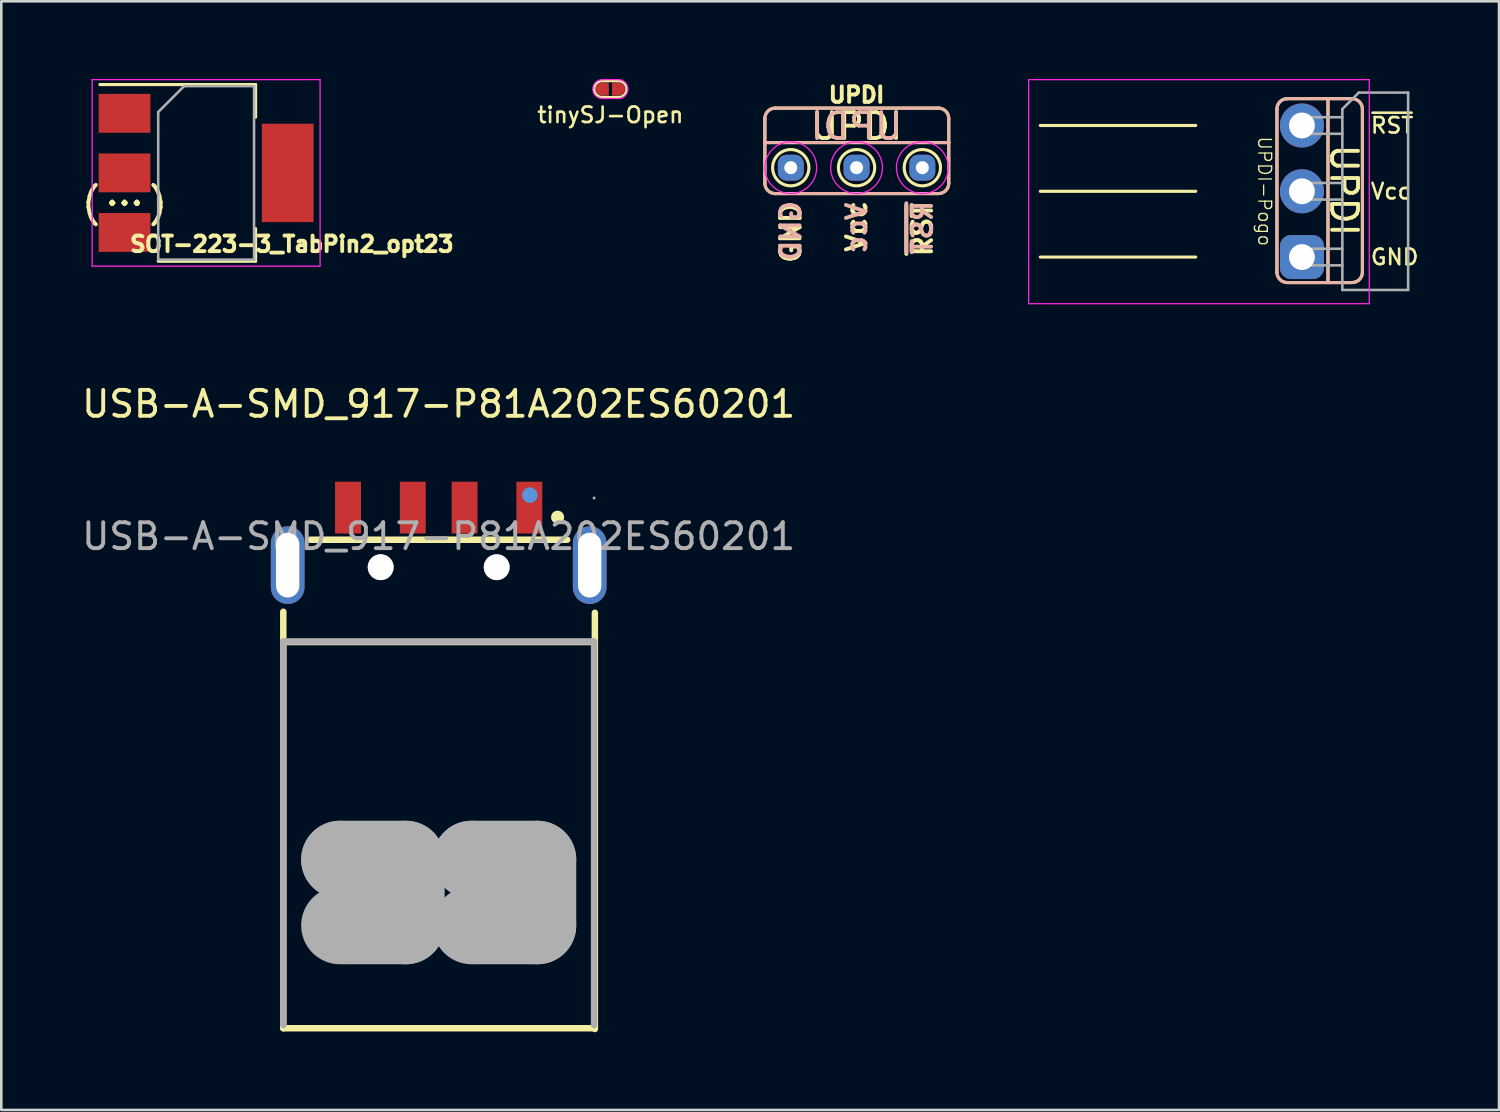
<source format=kicad_pcb>
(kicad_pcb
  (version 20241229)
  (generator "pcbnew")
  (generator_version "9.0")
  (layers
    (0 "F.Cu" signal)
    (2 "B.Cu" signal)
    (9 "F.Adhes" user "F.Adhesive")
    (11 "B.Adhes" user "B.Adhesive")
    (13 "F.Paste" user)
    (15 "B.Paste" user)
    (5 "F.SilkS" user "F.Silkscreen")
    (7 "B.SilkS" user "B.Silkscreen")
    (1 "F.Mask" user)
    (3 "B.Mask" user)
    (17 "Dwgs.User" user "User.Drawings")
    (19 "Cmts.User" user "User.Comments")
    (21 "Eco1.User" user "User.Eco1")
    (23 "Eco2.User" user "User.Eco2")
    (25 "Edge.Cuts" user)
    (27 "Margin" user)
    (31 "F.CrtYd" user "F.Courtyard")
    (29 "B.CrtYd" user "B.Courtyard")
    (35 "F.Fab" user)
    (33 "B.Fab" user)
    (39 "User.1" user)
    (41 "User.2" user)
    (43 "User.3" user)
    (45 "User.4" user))
  (footprint "UPDI"
    (layer "F.Cu")
    (at 30.02 3.424)
    (property "Reference" "UPDI" (at 0 -2.81 0) (unlocked yes) (layer "F.SilkS") (effects (font (size 0.6 0.6) (thickness 0.15))))
    (attr smd)
    (fp_line (start -3.54 -1.9) (end -3.54 -0.97) (stroke (width 0.12) (type solid)) (layer "F.SilkS"))
    (fp_line (start -3.54 -0.97) (end -3.54 0.6) (stroke (width 0.12) (type solid)) (layer "F.SilkS"))
    (fp_line (start -3.14 1) (end 3.16 1) (stroke (width 0.12) (type solid)) (layer "F.SilkS"))
    (fp_line (start 3.16 -2.3) (end -3.14 -2.3) (stroke (width 0.12) (type solid)) (layer "F.SilkS"))
    (fp_line (start 3.56 -0.97) (end -3.54 -0.97) (stroke (width 0.12) (type solid)) (layer "F.SilkS"))
    (fp_line (start 3.56 -0.97) (end 3.56 -1.9) (stroke (width 0.12) (type solid)) (layer "F.SilkS"))
    (fp_line (start 3.56 0.6) (end 3.56 -0.97) (stroke (width 0.12) (type solid)) (layer "F.SilkS"))
    (fp_arc (start -3.54 -1.9) (mid -3.422843 -2.182843) (end -3.14 -2.3) (stroke (width 0.12) (type solid)) (layer "F.SilkS"))
    (fp_arc (start -3.14 1) (mid -3.422843 0.882843) (end -3.54 0.6) (stroke (width 0.12) (type solid)) (layer "F.SilkS"))
    (fp_arc (start 3.16 -2.3) (mid 3.44283 -2.18283) (end 3.56 -1.9) (stroke (width 0.12) (type solid)) (layer "F.SilkS"))
    (fp_arc (start 3.56 0.6) (mid 3.442844 0.882846) (end 3.16 1) (stroke (width 0.12) (type solid)) (layer "F.SilkS"))
    (fp_circle (center -2.54 0) (end -1.84 0) (stroke (width 0.12) (type solid)) (fill no) (layer "F.SilkS"))
    (fp_circle (center 0 0) (end 0.7 0) (stroke (width 0.12) (type solid)) (fill no) (layer "F.SilkS"))
    (fp_circle (center 2.54 0) (end 3.24 0) (stroke (width 0.12) (type solid)) (fill no) (layer "F.SilkS"))
    (fp_line (start -3.54 -1.9) (end -3.54 -0.97) (stroke (width 0.12) (type solid)) (layer "B.SilkS"))
    (fp_line (start -3.54 -0.97) (end -3.54 0.6) (stroke (width 0.12) (type solid)) (layer "B.SilkS"))
    (fp_line (start -3.14 1) (end 3.16 1) (stroke (width 0.12) (type solid)) (layer "B.SilkS"))
    (fp_line (start 3.16 -2.3) (end -3.14 -2.3) (stroke (width 0.12) (type solid)) (layer "B.SilkS"))
    (fp_line (start 3.56 -0.97) (end -3.54 -0.97) (stroke (width 0.12) (type solid)) (layer "B.SilkS"))
    (fp_line (start 3.56 -0.97) (end 3.56 -1.9) (stroke (width 0.12) (type solid)) (layer "B.SilkS"))
    (fp_line (start 3.56 0.6) (end 3.56 -0.97) (stroke (width 0.12) (type solid)) (layer "B.SilkS"))
    (fp_arc (start -3.54 -1.9) (mid -3.422843 -2.182843) (end -3.14 -2.3) (stroke (width 0.12) (type solid)) (layer "B.SilkS"))
    (fp_arc (start -3.14 1) (mid -3.422843 0.882843) (end -3.54 0.6) (stroke (width 0.12) (type solid)) (layer "B.SilkS"))
    (fp_arc (start 3.16 -2.3) (mid 3.442843 -2.182843) (end 3.56 -1.9) (stroke (width 0.12) (type solid)) (layer "B.SilkS"))
    (fp_arc (start 3.56 0.6) (mid 3.442843 0.882843) (end 3.16 1) (stroke (width 0.12) (type solid)) (layer "B.SilkS"))
    (fp_circle (center -2.54 0) (end -2.54 -1) (stroke (width 0.05) (type solid)) (fill no) (layer "F.CrtYd"))
    (fp_circle (center 0 0) (end 0 -1) (stroke (width 0.05) (type solid)) (fill no) (layer "F.CrtYd"))
    (fp_circle (center 2.54 0) (end 2.54 -1) (stroke (width 0.05) (type solid)) (fill no) (layer "F.CrtYd"))
    (fp_text user "UPDI" (at 0 -1.6 0) (layer "F.SilkS") (effects (font (size 1 1) (thickness 0.15))))
    (fp_text user "Vcc" (at 0 1.2 90) (layer "F.SilkS") (effects (font (size 0.75 0.75) (thickness 0.15)) (justify right)))
    (fp_text user "~{RST}" (at 2.54 1.27 90) (layer "F.SilkS") (effects (font (size 0.75 0.75) (thickness 0.15)) (justify right)))
    (fp_text user "GND" (at -2.54 1.27 90) (layer "F.SilkS") (effects (font (size 0.75 0.75) (thickness 0.15)) (justify right)))
    (fp_text user "UPDI" (at 0 -1.6 0) (layer "B.SilkS") (effects (font (size 1 1) (thickness 0.15)) (justify mirror)))
    (fp_text user "~{RST}" (at 2.54 1.2 270) (layer "B.SilkS") (effects (font (size 0.75 0.75) (thickness 0.15)) (justify left mirror)))
    (fp_text user "Vcc" (at 0 1.27 270) (layer "B.SilkS") (effects (font (size 0.75 0.75) (thickness 0.15)) (justify left mirror)))
    (fp_text user "GND" (at -2.54 1.2 270) (layer "B.SilkS") (effects (font (size 0.75 0.75) (thickness 0.15)) (justify left mirror)))
    (pad "1" thru_hole roundrect (at -2.54 0 90) (size 1 1) (drill 0.5) (layers "*.Cu" "*.Mask") (roundrect_rratio 0.33))
    (pad "2" thru_hole roundrect (at 0 0 90) (size 1 1) (drill 0.5) (layers "*.Cu" "*.Mask") (roundrect_rratio 0.33))
    (pad "3" thru_hole roundrect (at 2.54 0 90) (size 1 1) (drill 0.5) (layers "*.Cu" "*.Mask") (roundrect_rratio 0.33)))
  (footprint "USB-A-SMD_917-P81A202ES60201"
    (layer "F.Cu")
    (at 13.887 17.658)
    (property "Reference" "USB-A-SMD_917-P81A202ES60201" (at 0 -5.11 0) (layer "F.SilkS") (effects (font (size 1 1) (thickness 0.15))))
    (attr smd)
    (fp_line (start -6 18.99) (end -6 2.91) (stroke (width 0.25) (type solid)) (layer "F.SilkS"))
    (fp_line (start -6 18.99) (end 5.93 18.99) (stroke (width 0.25) (type solid)) (layer "F.SilkS"))
    (fp_line (start -5.95 4.08) (end 5.98 4.08) (stroke (width 0.25) (type solid)) (layer "F.SilkS"))
    (fp_line (start -4.96 0.13) (end 4.96 0.13) (stroke (width 0.25) (type solid)) (layer "F.SilkS"))
    (fp_line (start 6.03 19.02) (end 6.03 2.95) (stroke (width 0.25) (type solid)) (layer "F.SilkS"))
    (fp_circle (center 4.59 -0.74) (end 4.72 -0.74) (stroke (width 0.25) (type solid)) (fill no) (layer "F.SilkS"))
    (fp_circle (center -2.24 1.19) (end -2.05 1.19) (stroke (width 0.38) (type solid)) (fill no) (layer "Cmts.User"))
    (fp_circle (center 2.24 1.19) (end 2.43 1.19) (stroke (width 0.38) (type solid)) (fill no) (layer "Cmts.User"))
    (fp_circle (center 3.52 -1.59) (end 3.67 -1.59) (stroke (width 0.3) (type solid)) (fill no) (layer "Cmts.User"))
    (fp_line (start -6 4.06) (end -6 18.87) (stroke (width 0.25) (type solid)) (layer "F.Fab"))
    (fp_line (start -6 4.06) (end 6 4.06) (stroke (width 0.25) (type solid)) (layer "F.Fab"))
    (fp_line (start -3.81 12.48) (end -3.81 12.48) (stroke (width 3) (type solid)) (layer "F.Fab"))
    (fp_line (start -3.81 12.48) (end -1.27 12.48) (stroke (width 3) (type solid)) (layer "F.Fab"))
    (fp_line (start -1.27 12.48) (end -1.27 15.02) (stroke (width 3) (type solid)) (layer "F.Fab"))
    (fp_line (start -1.27 15.02) (end -3.81 15.02) (stroke (width 3) (type solid)) (layer "F.Fab"))
    (fp_line (start 1.27 12.48) (end 1.27 12.48) (stroke (width 3) (type solid)) (layer "F.Fab"))
    (fp_line (start 1.27 12.48) (end 3.81 12.48) (stroke (width 3) (type solid)) (layer "F.Fab"))
    (fp_line (start 3.81 12.48) (end 3.81 15.02) (stroke (width 3) (type solid)) (layer "F.Fab"))
    (fp_line (start 3.81 15.02) (end 1.27 15.02) (stroke (width 3) (type solid)) (layer "F.Fab"))
    (fp_line (start 6 4.06) (end 6 18.87) (stroke (width 0.25) (type solid)) (layer "F.Fab"))
    (fp_circle (center 6 -1.48) (end 6.03 -1.48) (stroke (width 0.06) (type solid)) (fill no) (layer "F.Fab"))
    (fp_text user "${REFERENCE}" (at 0 0 0) (layer "F.Fab") (effects (font (size 1 1) (thickness 0.15))))
    (pad "" thru_hole circle (at -2.24 1.19) (size 1 1) (drill 1) (layers "*.Cu" "*.Mask"))
    (pad "" thru_hole circle (at 2.24 1.19) (size 1 1) (drill 1) (layers "*.Cu" "*.Mask"))
    (pad "1" smd rect (at 3.5 -1.11) (size 1 2) (layers "F.Cu" "F.Mask" "F.Paste"))
    (pad "2" smd rect (at 1 -1.11) (size 1 2) (layers "F.Cu" "F.Mask" "F.Paste"))
    (pad "3" smd rect (at -1 -1.11) (size 1 2) (layers "F.Cu" "F.Mask" "F.Paste"))
    (pad "4" smd rect (at -3.5 -1.11) (size 1 2) (layers "F.Cu" "F.Mask" "F.Paste"))
    (pad "5" thru_hole oval (at -5.83 1.11) (size 1.3 3) (drill oval 0.9 2.5) (layers "*.Cu" "*.Mask"))
    (pad "6" thru_hole oval (at 5.83 1.11) (size 1.3 3) (drill oval 0.9 2.5) (layers "*.Cu" "*.Mask")))
  (footprint "UPDI-Pogo"
    (layer "F.Cu")
    (at 47.275 1.795)
    (property "Reference" "UPDI-Pogo" (at -1.5 2.54 270) (unlocked yes) (layer "F.SilkS") (effects (font (size 0.5 0.5) (thickness 0.05))))
    (attr through_hole)
    (fp_line (start -4.16 0) (end -10.16 0) (stroke (width 0.12) (type solid)) (layer "F.SilkS"))
    (fp_line (start -4.16 2.54) (end -10.16 2.54) (stroke (width 0.12) (type solid)) (layer "F.SilkS"))
    (fp_line (start -4.16 5.08) (end -10.16 5.08) (stroke (width 0.12) (type solid)) (layer "F.SilkS"))
    (fp_line (start -1.025 -0.636) (end -1.025 5.664) (stroke (width 0.12) (type solid)) (layer "F.SilkS"))
    (fp_line (start -0.625 6.064) (end 0.945 6.064) (stroke (width 0.12) (type solid)) (layer "F.SilkS"))
    (fp_line (start 0.945 -1.036) (end -0.625 -1.036) (stroke (width 0.12) (type solid)) (layer "F.SilkS"))
    (fp_line (start 0.945 6.064) (end 0.945 -1.036) (stroke (width 0.12) (type solid)) (layer "F.SilkS"))
    (fp_line (start 0.945 6.064) (end 1.875 6.064) (stroke (width 0.12) (type solid)) (layer "F.SilkS"))
    (fp_line (start 1.875 -1.036) (end 0.945 -1.036) (stroke (width 0.12) (type solid)) (layer "F.SilkS"))
    (fp_line (start 2.275 5.664) (end 2.275 -0.636) (stroke (width 0.12) (type solid)) (layer "F.SilkS"))
    (fp_arc (start -1.025377 -0.63596) (mid -0.90822 -0.918803) (end -0.625377 -1.03596) (stroke (width 0.12) (type solid)) (layer "F.SilkS"))
    (fp_arc (start -0.625377 6.06404) (mid -0.90822 5.946883) (end -1.025377 5.66404) (stroke (width 0.12) (type solid)) (layer "F.SilkS"))
    (fp_arc (start 1.874623 -1.03596) (mid 2.157466 -0.918803) (end 2.274623 -0.63596) (stroke (width 0.12) (type solid)) (layer "F.SilkS"))
    (fp_arc (start 2.274623 5.66404) (mid 2.157454 5.946871) (end 1.874623 6.06404) (stroke (width 0.12) (type solid)) (layer "F.SilkS"))
    (fp_line (start -1.025 -0.636) (end -1.025 5.664) (stroke (width 0.12) (type solid)) (layer "B.SilkS"))
    (fp_line (start -0.625 6.064) (end 0.945 6.064) (stroke (width 0.12) (type solid)) (layer "B.SilkS"))
    (fp_line (start 0.945 -1.036) (end -0.625 -1.036) (stroke (width 0.12) (type solid)) (layer "B.SilkS"))
    (fp_line (start 0.945 6.064) (end 0.945 -1.036) (stroke (width 0.12) (type solid)) (layer "B.SilkS"))
    (fp_line (start 0.945 6.064) (end 1.875 6.064) (stroke (width 0.12) (type solid)) (layer "B.SilkS"))
    (fp_line (start 1.875 -1.036) (end 0.945 -1.036) (stroke (width 0.12) (type solid)) (layer "B.SilkS"))
    (fp_line (start 2.275 5.664) (end 2.275 -0.636) (stroke (width 0.12) (type solid)) (layer "B.SilkS"))
    (fp_arc (start -1.025377 -0.63596) (mid -0.90822 -0.918803) (end -0.625377 -1.03596) (stroke (width 0.12) (type solid)) (layer "B.SilkS"))
    (fp_arc (start -0.625377 6.06404) (mid -0.90822 5.946883) (end -1.025377 5.66404) (stroke (width 0.12) (type solid)) (layer "B.SilkS"))
    (fp_arc (start 1.874623 -1.03596) (mid 2.157466 -0.918803) (end 2.274623 -0.63596) (stroke (width 0.12) (type solid)) (layer "B.SilkS"))
    (fp_arc (start 2.274623 5.66404) (mid 2.157466 5.946883) (end 1.874623 6.06404) (stroke (width 0.12) (type solid)) (layer "B.SilkS"))
    (fp_line (start -10.61 -1.77) (end -10.61 6.88) (stroke (width 0.05) (type solid)) (layer "F.CrtYd"))
    (fp_line (start -10.61 6.88) (end 2.54 6.88) (stroke (width 0.05) (type solid)) (layer "F.CrtYd"))
    (fp_line (start 2.54 -1.77) (end -10.61 -1.77) (stroke (width 0.05) (type solid)) (layer "F.CrtYd"))
    (fp_line (start 2.54 6.88) (end 2.54 -1.77) (stroke (width 0.05) (type solid)) (layer "F.CrtYd"))
    (fp_line (start -0.32 -0.32) (end -0.32 0.32) (stroke (width 0.1) (type solid)) (layer "F.Fab"))
    (fp_line (start -0.32 -0.32) (end 1.5 -0.32) (stroke (width 0.1) (type solid)) (layer "F.Fab"))
    (fp_line (start -0.32 0.32) (end 1.5 0.32) (stroke (width 0.1) (type solid)) (layer "F.Fab"))
    (fp_line (start -0.32 2.22) (end -0.32 2.86) (stroke (width 0.1) (type solid)) (layer "F.Fab"))
    (fp_line (start -0.32 2.22) (end 1.5 2.22) (stroke (width 0.1) (type solid)) (layer "F.Fab"))
    (fp_line (start -0.32 2.86) (end 1.5 2.86) (stroke (width 0.1) (type solid)) (layer "F.Fab"))
    (fp_line (start -0.32 4.76) (end -0.32 5.4) (stroke (width 0.1) (type solid)) (layer "F.Fab"))
    (fp_line (start -0.32 4.76) (end 1.5 4.76) (stroke (width 0.1) (type solid)) (layer "F.Fab"))
    (fp_line (start -0.32 5.4) (end 1.5 5.4) (stroke (width 0.1) (type solid)) (layer "F.Fab"))
    (fp_line (start 1.5 -0.635) (end 2.135 -1.27) (stroke (width 0.1) (type solid)) (layer "F.Fab"))
    (fp_line (start 1.5 6.35) (end 1.5 -0.635) (stroke (width 0.1) (type solid)) (layer "F.Fab"))
    (fp_line (start 2.135 -1.27) (end 4.04 -1.27) (stroke (width 0.1) (type solid)) (layer "F.Fab"))
    (fp_line (start 4.04 -1.27) (end 4.04 6.35) (stroke (width 0.1) (type solid)) (layer "F.Fab"))
    (fp_line (start 4.04 6.35) (end 1.5 6.35) (stroke (width 0.1) (type solid)) (layer "F.Fab"))
    (fp_text user "~{RST}" (at 2.54 0 180) (layer "F.SilkS") (effects (font (size 0.6 0.6) (thickness 0.1)) (justify left)))
    (fp_text user "Vcc" (at 2.54 2.54 180) (layer "F.SilkS") (effects (font (size 0.6 0.6) (thickness 0.1)) (justify left)))
    (fp_text user "GND" (at 2.54 5.08 180) (layer "F.SilkS") (effects (font (size 0.6 0.6) (thickness 0.1)) (justify left)))
    (fp_text user "UPDI" (at 1.56 2.504 270) (unlocked yes) (layer "F.SilkS") (effects (font (size 1 1) (thickness 0.15))))
    (pad "1" thru_hole roundrect (at -0.06 5.08 180) (size 1.7 1.7) (drill 1) (layers "*.Cu" "*.Mask") (roundrect_rratio 0.25))
    (pad "2" thru_hole oval (at -0.06 2.54 180) (size 1.7 1.7) (drill 1) (layers "*.Cu" "*.Mask"))
    (pad "3" thru_hole oval (at -0.06 0 180) (size 1.7 1.7) (drill 1) (layers "*.Cu" "*.Mask")))
  (footprint "tinySJ-Open"
    (layer "F.Cu")
    (at 20.516 0.389)
    (property "Reference" "tinySJ-Open" (at 0 1 0) (layer "F.SilkS") (effects (font (size 0.6 0.6) (thickness 0.1))))
    (attr exclude_from_pos_files exclude_from_bom)
    (fp_line (start -0.314 -0.314) (end -0.1 -0.314) (stroke (width 0.1) (type solid)) (layer "F.SilkS"))
    (fp_line (start -0.1 -0.314) (end 0.1 -0.314) (stroke (width 0.1) (type solid)) (layer "F.SilkS"))
    (fp_line (start -0.1 0.314) (end -0.314 0.314) (stroke (width 0.1) (type solid)) (layer "F.SilkS"))
    (fp_line (start -0.1 0.314) (end 0.1 0.314) (stroke (width 0.1) (type solid)) (layer "F.SilkS"))
    (fp_line (start 0.1 -0.314) (end 0.314 -0.314) (stroke (width 0.1) (type solid)) (layer "F.SilkS"))
    (fp_line (start 0.314 0.314) (end 0.1 0.314) (stroke (width 0.1) (type solid)) (layer "F.SilkS"))
    (fp_arc (start -0.314 0.314) (mid -0.628 0) (end -0.314 -0.314) (stroke (width 0.1) (type solid)) (layer "F.SilkS"))
    (fp_arc (start 0.314 -0.314) (mid 0.628 0) (end 0.314 0.314) (stroke (width 0.1) (type solid)) (layer "F.SilkS"))
    (fp_line (start -0.314 -0.364) (end 0.314 -0.364) (stroke (width 0.05) (type solid)) (layer "F.CrtYd"))
    (fp_line (start 0.314 0.364) (end -0.314 0.364) (stroke (width 0.05) (type solid)) (layer "F.CrtYd"))
    (fp_arc (start -0.314 0.364) (mid -0.678 0) (end -0.314 -0.364) (stroke (width 0.05) (type solid)) (layer "F.CrtYd"))
    (fp_arc (start 0.314 -0.364) (mid 0.678 0) (end 0.314 0.364) (stroke (width 0.05) (type solid)) (layer "F.CrtYd"))
    (pad "1" smd circle (at -0.314 0) (size 0.5 0.5) (layers "F.Cu" "F.Mask"))
    (pad "1" smd rect (at -0.189 0) (size 0.25 0.5) (layers "F.Cu" "F.Mask"))
    (pad "1" smd rect (at 0.189 0) (size 0.25 0.5) (layers "F.Cu" "F.Mask"))
    (pad "2" smd circle (at 0.314 0) (size 0.5 0.5) (layers "F.Cu" "F.Mask")))
  (footprint "SOT-223-3_TabPin2_opt23"
    (layer "F.Cu")
    (at 4.908 3.625)
    (property "Reference" "SOT-223-3_TabPin2_opt23" (at 3.31 2.75 0) (layer "F.SilkS") (effects (font (size 0.6 0.6) (thickness 0.15))))
    (attr smd)
    (fp_line (start -4.1 -3.41) (end 1.91 -3.41) (stroke (width 0.12) (type solid)) (layer "F.SilkS"))
    (fp_line (start -1.85 3.41) (end 1.91 3.41) (stroke (width 0.12) (type solid)) (layer "F.SilkS"))
    (fp_line (start 1.91 -3.41) (end 1.91 -2.15) (stroke (width 0.12) (type solid)) (layer "F.SilkS"))
    (fp_line (start 1.91 3.41) (end 1.91 2.15) (stroke (width 0.12) (type solid)) (layer "F.SilkS"))
    (fp_line (start -4.4 -3.6) (end -4.4 3.6) (stroke (width 0.05) (type solid)) (layer "F.CrtYd"))
    (fp_line (start -4.4 3.6) (end 4.4 3.6) (stroke (width 0.05) (type solid)) (layer "F.CrtYd"))
    (fp_line (start 4.4 -3.6) (end -4.4 -3.6) (stroke (width 0.05) (type solid)) (layer "F.CrtYd"))
    (fp_line (start 4.4 3.6) (end 4.4 -3.6) (stroke (width 0.05) (type solid)) (layer "F.CrtYd"))
    (fp_line (start -1.85 -2.35) (end -1.85 3.35) (stroke (width 0.1) (type solid)) (layer "F.Fab"))
    (fp_line (start -1.85 -2.35) (end -0.85 -3.35) (stroke (width 0.1) (type solid)) (layer "F.Fab"))
    (fp_line (start -1.85 3.35) (end 1.85 3.35) (stroke (width 0.1) (type solid)) (layer "F.Fab"))
    (fp_line (start -0.85 -3.35) (end 1.85 -3.35) (stroke (width 0.1) (type solid)) (layer "F.Fab"))
    (fp_line (start 1.85 -3.35) (end 1.85 3.35) (stroke (width 0.1) (type solid)) (layer "F.Fab"))
    (fp_text user ")" (at -1.85 1.15 0) (unlocked yes) (layer "F.SilkS") (effects (font (size 1 1) (thickness 0.15))))
    (fp_text user "..." (at -3.15 0.75 0) (unlocked yes) (layer "F.SilkS") (effects (font (size 1 1) (thickness 0.15))))
    (fp_text user "(" (at -4.45 1.15 0) (unlocked yes) (layer "F.SilkS") (effects (font (size 1 1) (thickness 0.15))))
    (pad "1" smd rect (at -3.15 -2.3) (size 2 1.5) (layers "F.Cu" "F.Mask" "F.Paste"))
    (pad "2" smd rect (at -3.15 0) (size 2 1.5) (layers "F.Cu" "F.Mask" "F.Paste"))
    (pad "2" smd rect (at 3.15 0) (size 2 3.8) (layers "F.Cu" "F.Mask" "F.Paste"))
    (pad "3" smd rect (at -3.15 2.3) (size 2 1.5) (layers "F.Cu" "F.Mask" "F.Paste")))
  (gr_rect
    (start -3 -3)
    (end 54.824 39.803)
    (stroke (width 0.1) (type default))
    (fill no)
    (layer "Edge.Cuts")))
</source>
